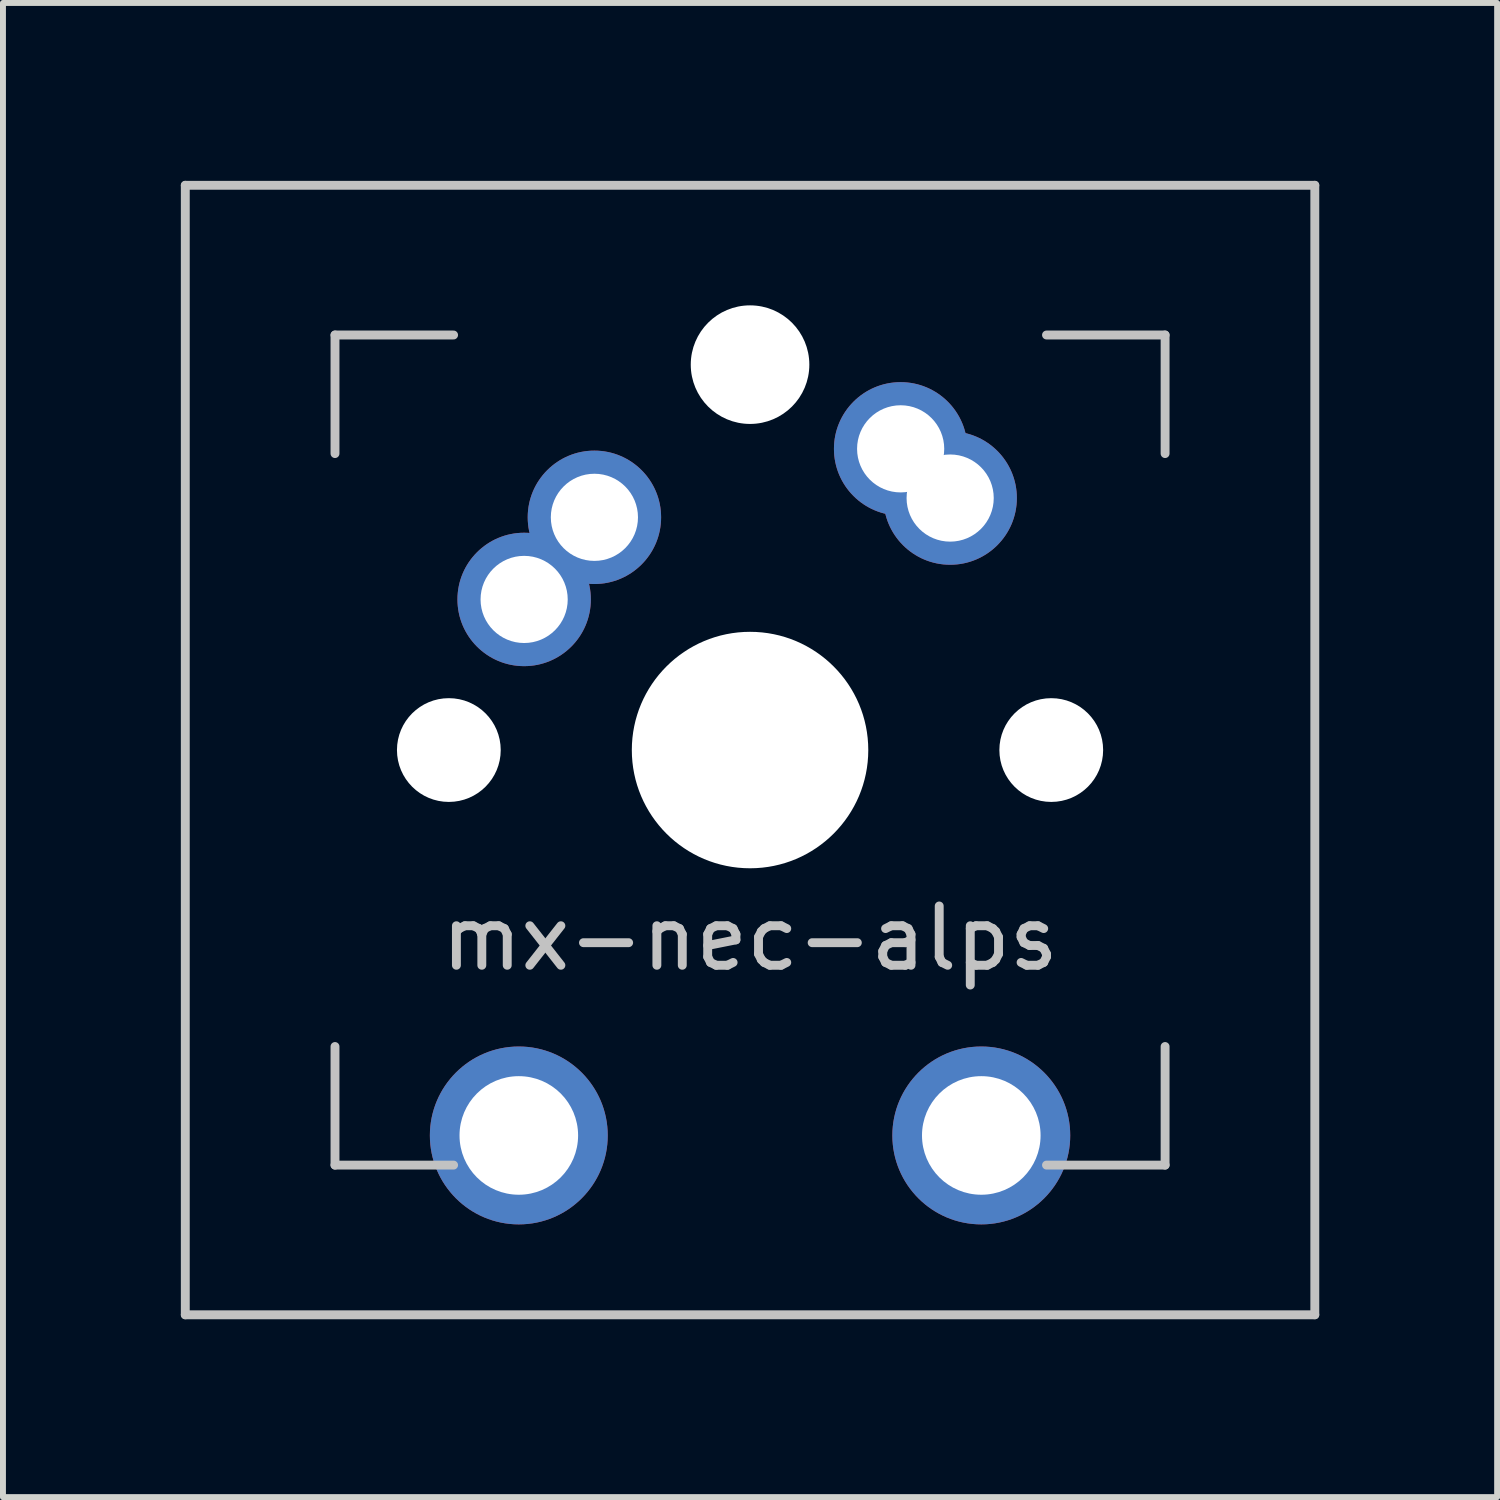
<source format=kicad_pcb>
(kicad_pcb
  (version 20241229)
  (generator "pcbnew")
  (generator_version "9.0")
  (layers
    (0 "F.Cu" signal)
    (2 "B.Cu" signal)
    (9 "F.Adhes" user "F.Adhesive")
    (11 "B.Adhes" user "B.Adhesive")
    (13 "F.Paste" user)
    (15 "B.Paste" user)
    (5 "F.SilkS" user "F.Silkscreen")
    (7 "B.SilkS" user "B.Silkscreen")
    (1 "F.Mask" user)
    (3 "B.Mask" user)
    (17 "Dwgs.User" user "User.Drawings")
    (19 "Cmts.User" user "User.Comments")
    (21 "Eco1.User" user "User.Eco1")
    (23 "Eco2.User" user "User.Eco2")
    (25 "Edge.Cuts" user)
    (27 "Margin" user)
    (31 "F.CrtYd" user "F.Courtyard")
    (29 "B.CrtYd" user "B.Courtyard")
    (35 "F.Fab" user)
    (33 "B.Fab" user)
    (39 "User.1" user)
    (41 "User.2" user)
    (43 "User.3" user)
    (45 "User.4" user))
  (footprint "mx-nec-alps"
    (layer "F.Cu")
    (at 9.6 9.6)
    (property "Reference" "mx-nec-alps" (at 0 3.175 0) (layer "Dwgs.User") (effects (font (size 1 1) (thickness 0.15))))
    (attr through_hole)
    (fp_line (start -9.525 -9.525) (end 9.525 -9.525) (stroke (width 0.15) (type solid)) (layer "Dwgs.User"))
    (fp_line (start -9.525 9.525) (end -9.525 -9.525) (stroke (width 0.15) (type solid)) (layer "Dwgs.User"))
    (fp_line (start -7 -7) (end -7 -5) (stroke (width 0.15) (type solid)) (layer "Dwgs.User"))
    (fp_line (start -7 5) (end -7 7) (stroke (width 0.15) (type solid)) (layer "Dwgs.User"))
    (fp_line (start -7 7) (end -5 7) (stroke (width 0.15) (type solid)) (layer "Dwgs.User"))
    (fp_line (start -5 -7) (end -7 -7) (stroke (width 0.15) (type solid)) (layer "Dwgs.User"))
    (fp_line (start 5 -7) (end 7 -7) (stroke (width 0.15) (type solid)) (layer "Dwgs.User"))
    (fp_line (start 5 7) (end 7 7) (stroke (width 0.15) (type solid)) (layer "Dwgs.User"))
    (fp_line (start 7 -7) (end 7 -5) (stroke (width 0.15) (type solid)) (layer "Dwgs.User"))
    (fp_line (start 7 7) (end 7 5) (stroke (width 0.15) (type solid)) (layer "Dwgs.User"))
    (fp_line (start 9.525 -9.525) (end 9.525 9.525) (stroke (width 0.15) (type solid)) (layer "Dwgs.User"))
    (fp_line (start 9.525 9.525) (end -9.525 9.525) (stroke (width 0.15) (type solid)) (layer "Dwgs.User"))
    (pad "" np_thru_hole circle (at -5.08 0 48.1) (size 1.75 1.75) (drill 1.75) (layers "*.Cu" "*.Mask"))
    (pad "" np_thru_hole circle (at 0 -6.5) (size 2 2) (drill 2) (layers "*.Cu" "*.Mask"))
    (pad "" np_thru_hole circle (at 0 0) (size 3.988 3.988) (drill 3.988) (layers "*.Cu" "*.Mask"))
    (pad "" np_thru_hole circle (at 5.08 0 48.1) (size 1.75 1.75) (drill 1.75) (layers "*.Cu" "*.Mask"))
    (pad "1" thru_hole circle (at -3.81 -2.54) (size 2.25 2.25) (drill 1.47) (layers "*.Cu" "B.Mask"))
    (pad "1" thru_hole circle (at -2.625 -3.925) (size 2.25 2.25) (drill 1.47) (layers "*.Cu" "B.Mask"))
    (pad "1" thru_hole circle (at 3.9 6.5) (size 3 3) (drill 2) (layers "*.Cu" "B.Mask"))
    (pad "2" thru_hole circle (at -3.9 6.5) (size 3 3) (drill 2) (layers "*.Cu" "B.Mask"))
    (pad "2" thru_hole circle (at 2.54 -5.08) (size 2.25 2.25) (drill 1.47) (layers "*.Cu" "B.Mask"))
    (pad "2" thru_hole circle (at 3.375 -4.25) (size 2.25 2.25) (drill 1.47) (layers "*.Cu" "B.Mask")))
  (gr_rect
    (start -3 -3)
    (end 22.2 22.2)
    (stroke (width 0.1) (type default))
    (fill no)
    (layer "Edge.Cuts")))
</source>
